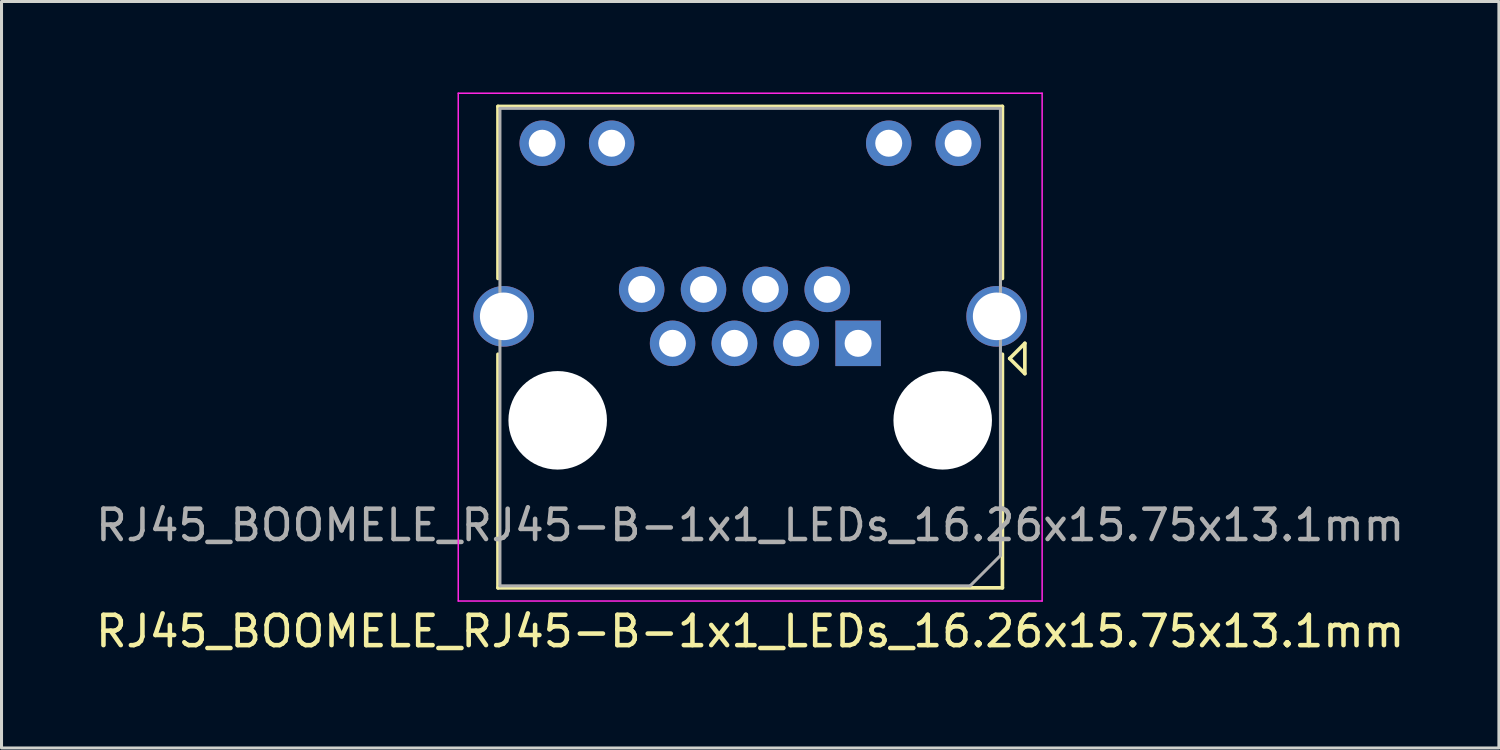
<source format=kicad_pcb>
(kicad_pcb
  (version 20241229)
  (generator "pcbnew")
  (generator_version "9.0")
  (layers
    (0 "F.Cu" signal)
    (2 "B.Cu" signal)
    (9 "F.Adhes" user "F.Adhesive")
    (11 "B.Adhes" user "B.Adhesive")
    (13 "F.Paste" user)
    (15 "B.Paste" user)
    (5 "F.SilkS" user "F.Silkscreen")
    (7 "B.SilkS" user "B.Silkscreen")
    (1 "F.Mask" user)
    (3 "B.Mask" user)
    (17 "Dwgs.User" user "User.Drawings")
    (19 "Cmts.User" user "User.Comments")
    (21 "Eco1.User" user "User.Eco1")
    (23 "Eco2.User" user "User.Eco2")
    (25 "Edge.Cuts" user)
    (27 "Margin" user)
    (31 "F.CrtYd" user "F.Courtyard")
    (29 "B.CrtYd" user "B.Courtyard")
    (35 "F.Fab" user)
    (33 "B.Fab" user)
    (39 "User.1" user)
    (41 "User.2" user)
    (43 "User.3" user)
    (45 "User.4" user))
  (footprint "RJ45_BOOMELE_RJ45-B-1x1_LEDs_16.26x15.75x13.1mm"
    (layer "F.Cu")
    (at 21.7 7.767)
    (property "Reference" "RJ45_BOOMELE_RJ45-B-1x1_LEDs_16.26x15.75x13.1mm" (at -0.004 10.008 180) (layer "F.SilkS") (effects (font (size 1 1) (thickness 0.15))))
    (attr through_hole)
    (fp_line (start -8.324 -7.307) (end -8.324 -1.632) (stroke (width 0.12) (type solid)) (layer "F.SilkS"))
    (fp_line (start -8.324 8.573) (end -8.324 0.868) (stroke (width 0.12) (type solid)) (layer "F.SilkS"))
    (fp_line (start 8.316 -7.307) (end -8.324 -7.307) (stroke (width 0.12) (type solid)) (layer "F.SilkS"))
    (fp_line (start 8.316 -7.307) (end 8.316 -1.632) (stroke (width 0.12) (type solid)) (layer "F.SilkS"))
    (fp_line (start 8.316 8.573) (end -8.324 8.573) (stroke (width 0.12) (type solid)) (layer "F.SilkS"))
    (fp_line (start 8.316 8.573) (end 8.316 0.868) (stroke (width 0.12) (type solid)) (layer "F.SilkS"))
    (fp_line (start 8.556 1.008) (end 9.056 0.508) (stroke (width 0.12) (type solid)) (layer "F.SilkS"))
    (fp_line (start 9.056 0.508) (end 9.056 1.508) (stroke (width 0.12) (type solid)) (layer "F.SilkS"))
    (fp_line (start 9.056 1.508) (end 8.556 1.008) (stroke (width 0.12) (type solid)) (layer "F.SilkS"))
    (fp_line (start -9.634 9.008) (end -9.634 -7.742) (stroke (width 0.05) (type solid)) (layer "F.CrtYd"))
    (fp_line (start 9.626 -7.742) (end -9.634 -7.742) (stroke (width 0.05) (type solid)) (layer "F.CrtYd"))
    (fp_line (start 9.626 9.008) (end -9.634 9.008) (stroke (width 0.05) (type solid)) (layer "F.CrtYd"))
    (fp_line (start 9.626 9.008) (end 9.626 -7.742) (stroke (width 0.05) (type solid)) (layer "F.CrtYd"))
    (fp_line (start -8.259 8.508) (end -8.259 -7.242) (stroke (width 0.1) (type solid)) (layer "F.Fab"))
    (fp_line (start 7.251 8.508) (end -8.259 8.508) (stroke (width 0.1) (type solid)) (layer "F.Fab"))
    (fp_line (start 8.251 -7.242) (end -8.259 -7.242) (stroke (width 0.1) (type solid)) (layer "F.Fab"))
    (fp_line (start 8.251 7.508) (end 7.251 8.508) (stroke (width 0.1) (type solid)) (layer "F.Fab"))
    (fp_line (start 8.251 7.508) (end 8.251 -7.242) (stroke (width 0.1) (type solid)) (layer "F.Fab"))
    (fp_text user "${REFERENCE}" (at -0.004 6.508 180) (layer "F.Fab") (effects (font (size 1 1) (thickness 0.15))))
    (pad "" np_thru_hole circle (at -6.354 3.048 180) (size 3.25 3.25) (drill 3.25) (layers "*.Cu" "*.Mask"))
    (pad "" np_thru_hole circle (at 6.346 3.048 180) (size 3.25 3.25) (drill 3.25) (layers "*.Cu" "*.Mask"))
    (pad "1" thru_hole rect (at 3.556 0.508 180) (size 1.5 1.5) (drill 0.89) (layers "*.Cu" "*.Mask"))
    (pad "2" thru_hole circle (at 2.536 -1.272 180) (size 1.5 1.5) (drill 0.89) (layers "*.Cu" "*.Mask"))
    (pad "3" thru_hole circle (at 1.516 0.508 180) (size 1.5 1.5) (drill 0.89) (layers "*.Cu" "*.Mask"))
    (pad "4" thru_hole circle (at 0.496 -1.272 180) (size 1.5 1.5) (drill 0.89) (layers "*.Cu" "*.Mask"))
    (pad "5" thru_hole circle (at -0.524 0.508 180) (size 1.5 1.5) (drill 0.89) (layers "*.Cu" "*.Mask"))
    (pad "6" thru_hole circle (at -1.544 -1.272 180) (size 1.5 1.5) (drill 0.89) (layers "*.Cu" "*.Mask"))
    (pad "7" thru_hole circle (at -2.564 0.508 180) (size 1.5 1.5) (drill 0.89) (layers "*.Cu" "*.Mask"))
    (pad "8" thru_hole circle (at -3.584 -1.272 180) (size 1.5 1.5) (drill 0.89) (layers "*.Cu" "*.Mask"))
    (pad "9" thru_hole circle (at 6.856 -6.092 180) (size 1.5 1.5) (drill 0.89) (layers "*.Cu" "*.Mask"))
    (pad "10" thru_hole circle (at 4.566 -6.092 180) (size 1.5 1.5) (drill 0.89) (layers "*.Cu" "*.Mask"))
    (pad "11" thru_hole circle (at -4.574 -6.092 180) (size 1.5 1.5) (drill 0.89) (layers "*.Cu" "*.Mask"))
    (pad "12" thru_hole circle (at -6.864 -6.092 180) (size 1.5 1.5) (drill 0.89) (layers "*.Cu" "*.Mask"))
    (pad "SH" thru_hole circle (at -8.134 -0.382 180) (size 2 2) (drill 1.57) (layers "*.Cu" "*.Mask"))
    (pad "SH" thru_hole circle (at 8.126 -0.382 180) (size 2 2) (drill 1.57) (layers "*.Cu" "*.Mask")))
  (gr_rect
    (start -3 -3)
    (end 46.393 21.623)
    (stroke (width 0.1) (type default))
    (fill no)
    (layer "Edge.Cuts")))
</source>
